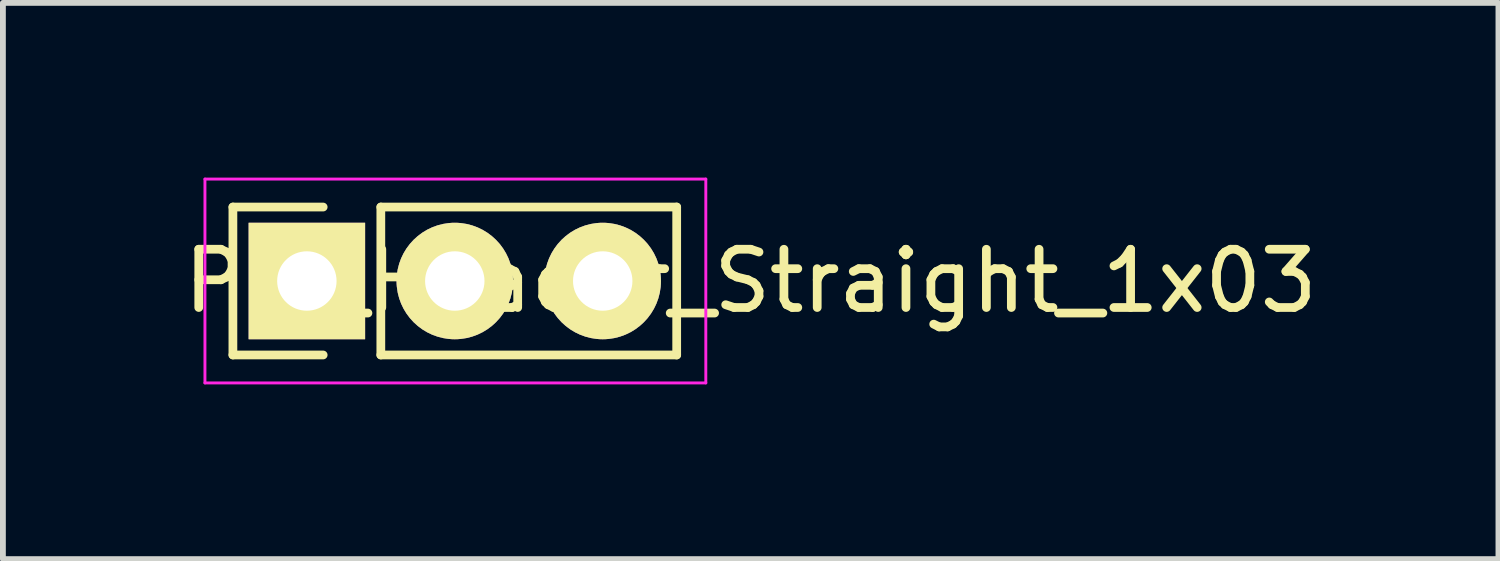
<source format=kicad_pcb>
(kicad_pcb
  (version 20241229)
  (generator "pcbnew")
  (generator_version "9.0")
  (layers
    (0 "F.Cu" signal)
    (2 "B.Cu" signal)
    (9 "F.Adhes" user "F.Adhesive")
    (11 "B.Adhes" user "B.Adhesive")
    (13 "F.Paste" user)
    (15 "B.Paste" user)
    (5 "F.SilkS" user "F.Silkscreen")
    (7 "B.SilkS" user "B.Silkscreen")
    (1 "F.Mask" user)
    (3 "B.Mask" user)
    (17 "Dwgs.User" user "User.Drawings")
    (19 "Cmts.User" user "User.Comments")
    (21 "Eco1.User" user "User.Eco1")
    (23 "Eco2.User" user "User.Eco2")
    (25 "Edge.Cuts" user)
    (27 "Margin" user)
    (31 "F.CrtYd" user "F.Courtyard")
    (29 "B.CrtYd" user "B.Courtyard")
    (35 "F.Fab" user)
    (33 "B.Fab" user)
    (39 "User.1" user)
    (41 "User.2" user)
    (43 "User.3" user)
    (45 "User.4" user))
  (footprint "Pin_Header_Straight_1x03"
    (layer "F.Cu")
    (at 4.759 1.775)
    (property "Reference" "Pin_Header_Straight_1x03" (at 5.08 0 0) (layer "F.SilkS") (effects (font (size 1 1) (thickness 0.15))))
    (attr through_hole)
    (fp_line (start -3.81 -1.27) (end -2.26 -1.27) (stroke (width 0.15) (type solid)) (layer "F.SilkS"))
    (fp_line (start -3.81 1.27) (end -3.81 -1.27) (stroke (width 0.15) (type solid)) (layer "F.SilkS"))
    (fp_line (start -2.26 1.27) (end -3.81 1.27) (stroke (width 0.15) (type solid)) (layer "F.SilkS"))
    (fp_line (start -1.27 -1.27) (end -1.27 1.27) (stroke (width 0.15) (type solid)) (layer "F.SilkS"))
    (fp_line (start -1.27 1.27) (end 3.81 1.27) (stroke (width 0.15) (type solid)) (layer "F.SilkS"))
    (fp_line (start 3.81 -1.27) (end -1.27 -1.27) (stroke (width 0.15) (type solid)) (layer "F.SilkS"))
    (fp_line (start 3.81 1.27) (end 3.81 -1.27) (stroke (width 0.15) (type solid)) (layer "F.SilkS"))
    (fp_line (start -4.29 -1.75) (end 4.31 -1.75) (stroke (width 0.05) (type solid)) (layer "F.CrtYd"))
    (fp_line (start -4.29 1.75) (end -4.29 -1.75) (stroke (width 0.05) (type solid)) (layer "F.CrtYd"))
    (fp_line (start -4.29 1.75) (end 4.31 1.75) (stroke (width 0.05) (type solid)) (layer "F.CrtYd"))
    (fp_line (start 4.31 1.75) (end 4.31 -1.75) (stroke (width 0.05) (type solid)) (layer "F.CrtYd"))
    (pad "1" thru_hole rect (at -2.54 0 90) (size 2 2) (drill 1.02) (layers "*.Cu" "*.Mask" "F.SilkS"))
    (pad "2" thru_hole circle (at 0 0 90) (size 2 2) (drill 1.02) (layers "*.Cu" "*.Mask" "F.SilkS"))
    (pad "3" thru_hole circle (at 2.54 0 90) (size 2 2) (drill 1.02) (layers "*.Cu" "*.Mask" "F.SilkS")))
  (gr_rect
    (start -3 -3)
    (end 22.679 6.55)
    (stroke (width 0.1) (type default))
    (fill no)
    (layer "Edge.Cuts")))
</source>
